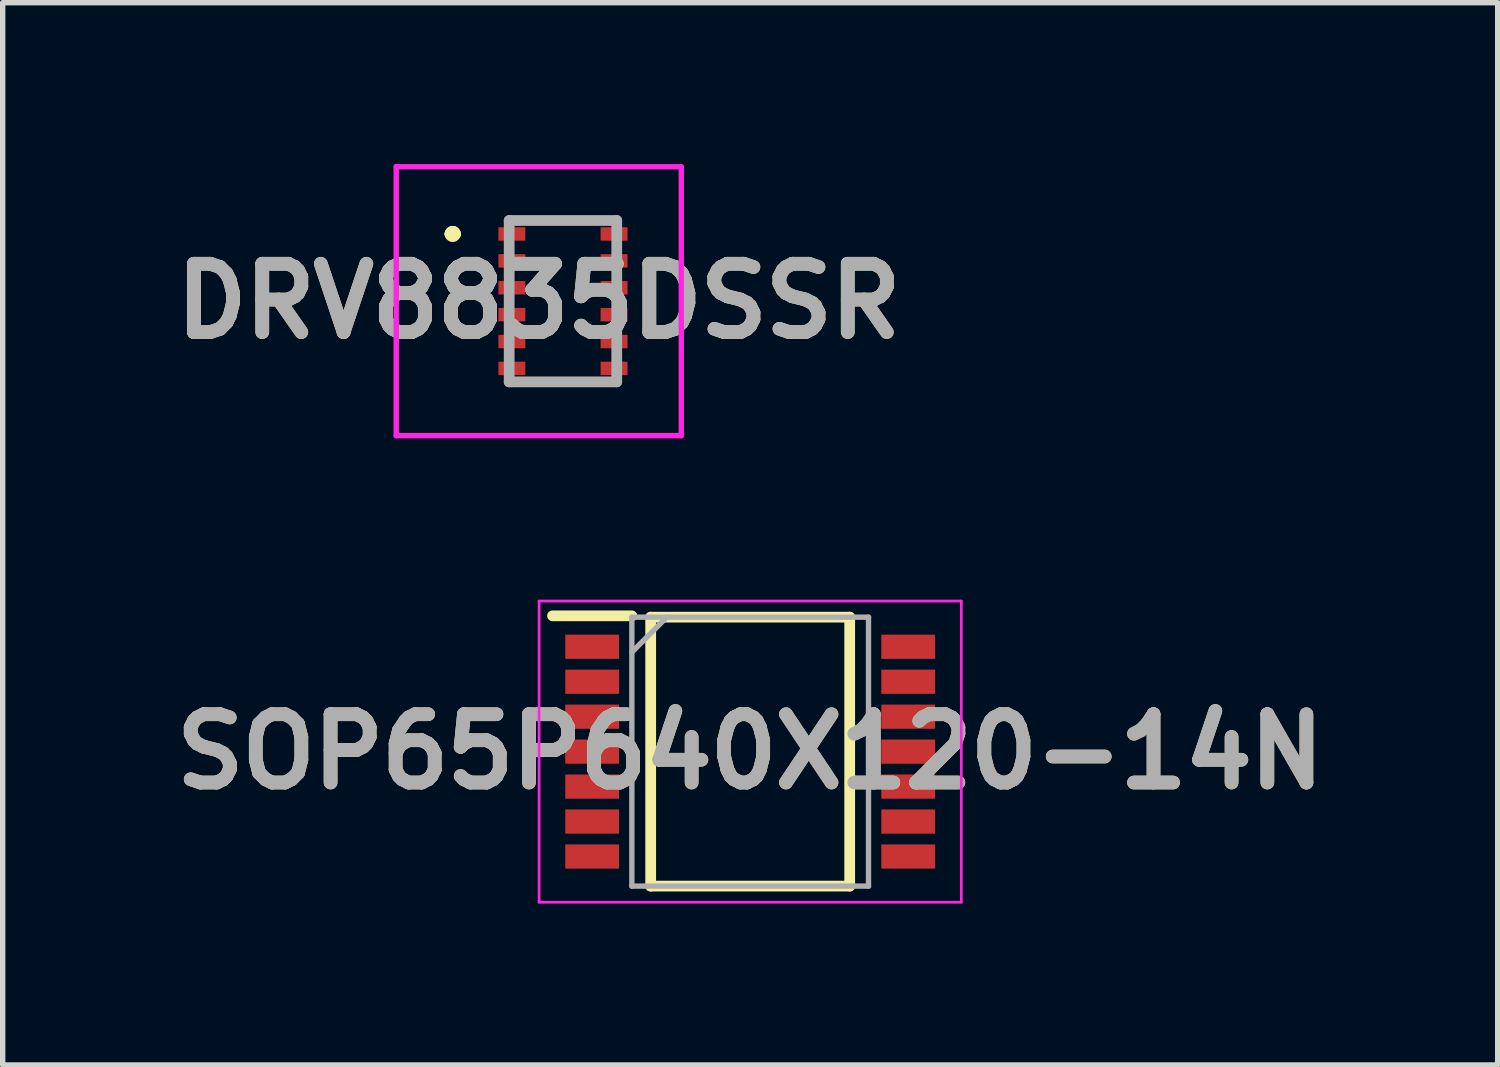
<source format=kicad_pcb>
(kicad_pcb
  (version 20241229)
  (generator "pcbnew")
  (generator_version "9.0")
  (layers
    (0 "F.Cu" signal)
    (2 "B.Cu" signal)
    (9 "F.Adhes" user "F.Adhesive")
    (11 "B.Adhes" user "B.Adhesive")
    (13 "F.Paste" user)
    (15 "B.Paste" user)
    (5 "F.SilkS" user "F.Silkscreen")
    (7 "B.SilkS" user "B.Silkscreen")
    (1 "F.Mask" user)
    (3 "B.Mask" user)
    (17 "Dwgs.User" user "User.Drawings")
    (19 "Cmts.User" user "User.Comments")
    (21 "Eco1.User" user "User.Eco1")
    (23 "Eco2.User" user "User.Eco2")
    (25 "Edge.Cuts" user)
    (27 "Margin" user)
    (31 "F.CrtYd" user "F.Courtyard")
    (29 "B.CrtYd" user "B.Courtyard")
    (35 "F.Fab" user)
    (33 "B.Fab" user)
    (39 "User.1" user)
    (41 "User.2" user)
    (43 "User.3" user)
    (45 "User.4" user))
  (footprint "SOP65P640X120-14N"
    (layer "F.Cu")
    (at 10.898 10.925)
    (property "Reference" "SOP65P640X120-14N" (at 0 0 0) (layer "F.SilkS") (effects (font (size 1.27 1.27) (thickness 0.254))))
    (attr smd)
    (fp_line (start -3.675 -2.525) (end -2.2 -2.525) (stroke (width 0.2) (type solid)) (layer "F.SilkS"))
    (fp_line (start -1.85 -2.5) (end 1.85 -2.5) (stroke (width 0.2) (type solid)) (layer "F.SilkS"))
    (fp_line (start -1.85 2.5) (end -1.85 -2.5) (stroke (width 0.2) (type solid)) (layer "F.SilkS"))
    (fp_line (start 1.85 -2.5) (end 1.85 2.5) (stroke (width 0.2) (type solid)) (layer "F.SilkS"))
    (fp_line (start 1.85 2.5) (end -1.85 2.5) (stroke (width 0.2) (type solid)) (layer "F.SilkS"))
    (fp_line (start -3.925 -2.8) (end 3.925 -2.8) (stroke (width 0.05) (type solid)) (layer "F.CrtYd"))
    (fp_line (start -3.925 2.8) (end -3.925 -2.8) (stroke (width 0.05) (type solid)) (layer "F.CrtYd"))
    (fp_line (start 3.925 -2.8) (end 3.925 2.8) (stroke (width 0.05) (type solid)) (layer "F.CrtYd"))
    (fp_line (start 3.925 2.8) (end -3.925 2.8) (stroke (width 0.05) (type solid)) (layer "F.CrtYd"))
    (fp_line (start -2.2 -2.5) (end 2.2 -2.5) (stroke (width 0.1) (type solid)) (layer "F.Fab"))
    (fp_line (start -2.2 -1.85) (end -1.55 -2.5) (stroke (width 0.1) (type solid)) (layer "F.Fab"))
    (fp_line (start -2.2 2.5) (end -2.2 -2.5) (stroke (width 0.1) (type solid)) (layer "F.Fab"))
    (fp_line (start 2.2 -2.5) (end 2.2 2.5) (stroke (width 0.1) (type solid)) (layer "F.Fab"))
    (fp_line (start 2.2 2.5) (end -2.2 2.5) (stroke (width 0.1) (type solid)) (layer "F.Fab"))
    (fp_text user "${REFERENCE}" (at 0 0 0) (layer "F.Fab") (effects (font (size 1.27 1.27) (thickness 0.254))))
    (pad "1" smd rect (at -2.938 -1.95 90) (size 0.45 1) (layers "F.Cu" "F.Mask" "F.Paste"))
    (pad "2" smd rect (at -2.938 -1.3 90) (size 0.45 1) (layers "F.Cu" "F.Mask" "F.Paste"))
    (pad "3" smd rect (at -2.938 -0.65 90) (size 0.45 1) (layers "F.Cu" "F.Mask" "F.Paste"))
    (pad "4" smd rect (at -2.938 0 90) (size 0.45 1) (layers "F.Cu" "F.Mask" "F.Paste"))
    (pad "5" smd rect (at -2.938 0.65 90) (size 0.45 1) (layers "F.Cu" "F.Mask" "F.Paste"))
    (pad "6" smd rect (at -2.938 1.3 90) (size 0.45 1) (layers "F.Cu" "F.Mask" "F.Paste"))
    (pad "7" smd rect (at -2.938 1.95 90) (size 0.45 1) (layers "F.Cu" "F.Mask" "F.Paste"))
    (pad "8" smd rect (at 2.938 1.95 90) (size 0.45 1) (layers "F.Cu" "F.Mask" "F.Paste"))
    (pad "9" smd rect (at 2.938 1.3 90) (size 0.45 1) (layers "F.Cu" "F.Mask" "F.Paste"))
    (pad "10" smd rect (at 2.938 0.65 90) (size 0.45 1) (layers "F.Cu" "F.Mask" "F.Paste"))
    (pad "11" smd rect (at 2.938 0 90) (size 0.45 1) (layers "F.Cu" "F.Mask" "F.Paste"))
    (pad "12" smd rect (at 2.938 -0.65 90) (size 0.45 1) (layers "F.Cu" "F.Mask" "F.Paste"))
    (pad "13" smd rect (at 2.938 -1.3 90) (size 0.45 1) (layers "F.Cu" "F.Mask" "F.Paste"))
    (pad "14" smd rect (at 2.938 -1.95 90) (size 0.45 1) (layers "F.Cu" "F.Mask" "F.Paste")))
  (footprint "DRV8835DSSR"
    (layer "F.Cu")
    (at 7.417 2.55)
    (property "Reference" "DRV8835DSSR" (at -0.45 0 0) (layer "F.SilkS") (effects (font (size 1.27 1.27) (thickness 0.254))))
    (attr smd)
    (fp_line (start -2.1 -1.25) (end -2.1 -1.25) (stroke (width 0.2) (type solid)) (layer "F.SilkS"))
    (fp_line (start -2 -1.25) (end -2 -1.25) (stroke (width 0.2) (type solid)) (layer "F.SilkS"))
    (fp_line (start -2 -1.25) (end -2 -1.25) (stroke (width 0.2) (type solid)) (layer "F.SilkS"))
    (fp_arc (start -2.1 -1.25) (mid -2.05 -1.3) (end -2 -1.25) (stroke (width 0.2) (type solid)) (layer "F.SilkS"))
    (fp_arc (start -2.1 -1.25) (mid -2.05 -1.3) (end -2 -1.25) (stroke (width 0.2) (type solid)) (layer "F.SilkS"))
    (fp_arc (start -2 -1.25) (mid -2.05 -1.2) (end -2.1 -1.25) (stroke (width 0.2) (type solid)) (layer "F.SilkS"))
    (fp_line (start -3.1 -2.5) (end 2.2 -2.5) (stroke (width 0.1) (type solid)) (layer "F.CrtYd"))
    (fp_line (start -3.1 2.5) (end -3.1 -2.5) (stroke (width 0.1) (type solid)) (layer "F.CrtYd"))
    (fp_line (start 2.2 -2.5) (end 2.2 2.5) (stroke (width 0.1) (type solid)) (layer "F.CrtYd"))
    (fp_line (start 2.2 2.5) (end -3.1 2.5) (stroke (width 0.1) (type solid)) (layer "F.CrtYd"))
    (fp_line (start -1 -1.5) (end -1 1.5) (stroke (width 0.2) (type solid)) (layer "F.Fab"))
    (fp_line (start -1 1.5) (end 1 1.5) (stroke (width 0.2) (type solid)) (layer "F.Fab"))
    (fp_line (start 1 -1.5) (end -1 -1.5) (stroke (width 0.2) (type solid)) (layer "F.Fab"))
    (fp_line (start 1 1.5) (end 1 -1.5) (stroke (width 0.2) (type solid)) (layer "F.Fab"))
    (fp_text user "${REFERENCE}" (at -0.45 0 0) (layer "F.Fab") (effects (font (size 1.27 1.27) (thickness 0.254))))
    (pad "1" smd rect (at -0.95 -1.25 90) (size 0.25 0.5) (layers "F.Cu" "F.Mask" "F.Paste"))
    (pad "2" smd rect (at -0.95 -0.75 90) (size 0.25 0.5) (layers "F.Cu" "F.Mask" "F.Paste"))
    (pad "3" smd rect (at -0.95 -0.25 90) (size 0.25 0.5) (layers "F.Cu" "F.Mask" "F.Paste"))
    (pad "4" smd rect (at -0.95 0.25 90) (size 0.25 0.5) (layers "F.Cu" "F.Mask" "F.Paste"))
    (pad "5" smd rect (at -0.95 0.75 90) (size 0.25 0.5) (layers "F.Cu" "F.Mask" "F.Paste"))
    (pad "6" smd rect (at -0.95 1.25 90) (size 0.25 0.5) (layers "F.Cu" "F.Mask" "F.Paste"))
    (pad "7" smd rect (at 0.95 1.25 90) (size 0.25 0.5) (layers "F.Cu" "F.Mask" "F.Paste"))
    (pad "8" smd rect (at 0.95 0.75 90) (size 0.25 0.5) (layers "F.Cu" "F.Mask" "F.Paste"))
    (pad "9" smd rect (at 0.95 0.25 90) (size 0.25 0.5) (layers "F.Cu" "F.Mask" "F.Paste"))
    (pad "10" smd rect (at 0.95 -0.25 90) (size 0.25 0.5) (layers "F.Cu" "F.Mask" "F.Paste"))
    (pad "11" smd rect (at 0.95 -0.75 90) (size 0.25 0.5) (layers "F.Cu" "F.Mask" "F.Paste"))
    (pad "12" smd rect (at 0.95 -1.25 90) (size 0.25 0.5) (layers "F.Cu" "F.Mask" "F.Paste")))
  (gr_rect
    (start -3 -3)
    (end 24.796 16.75)
    (stroke (width 0.1) (type default))
    (fill no)
    (layer "Edge.Cuts")))
</source>
